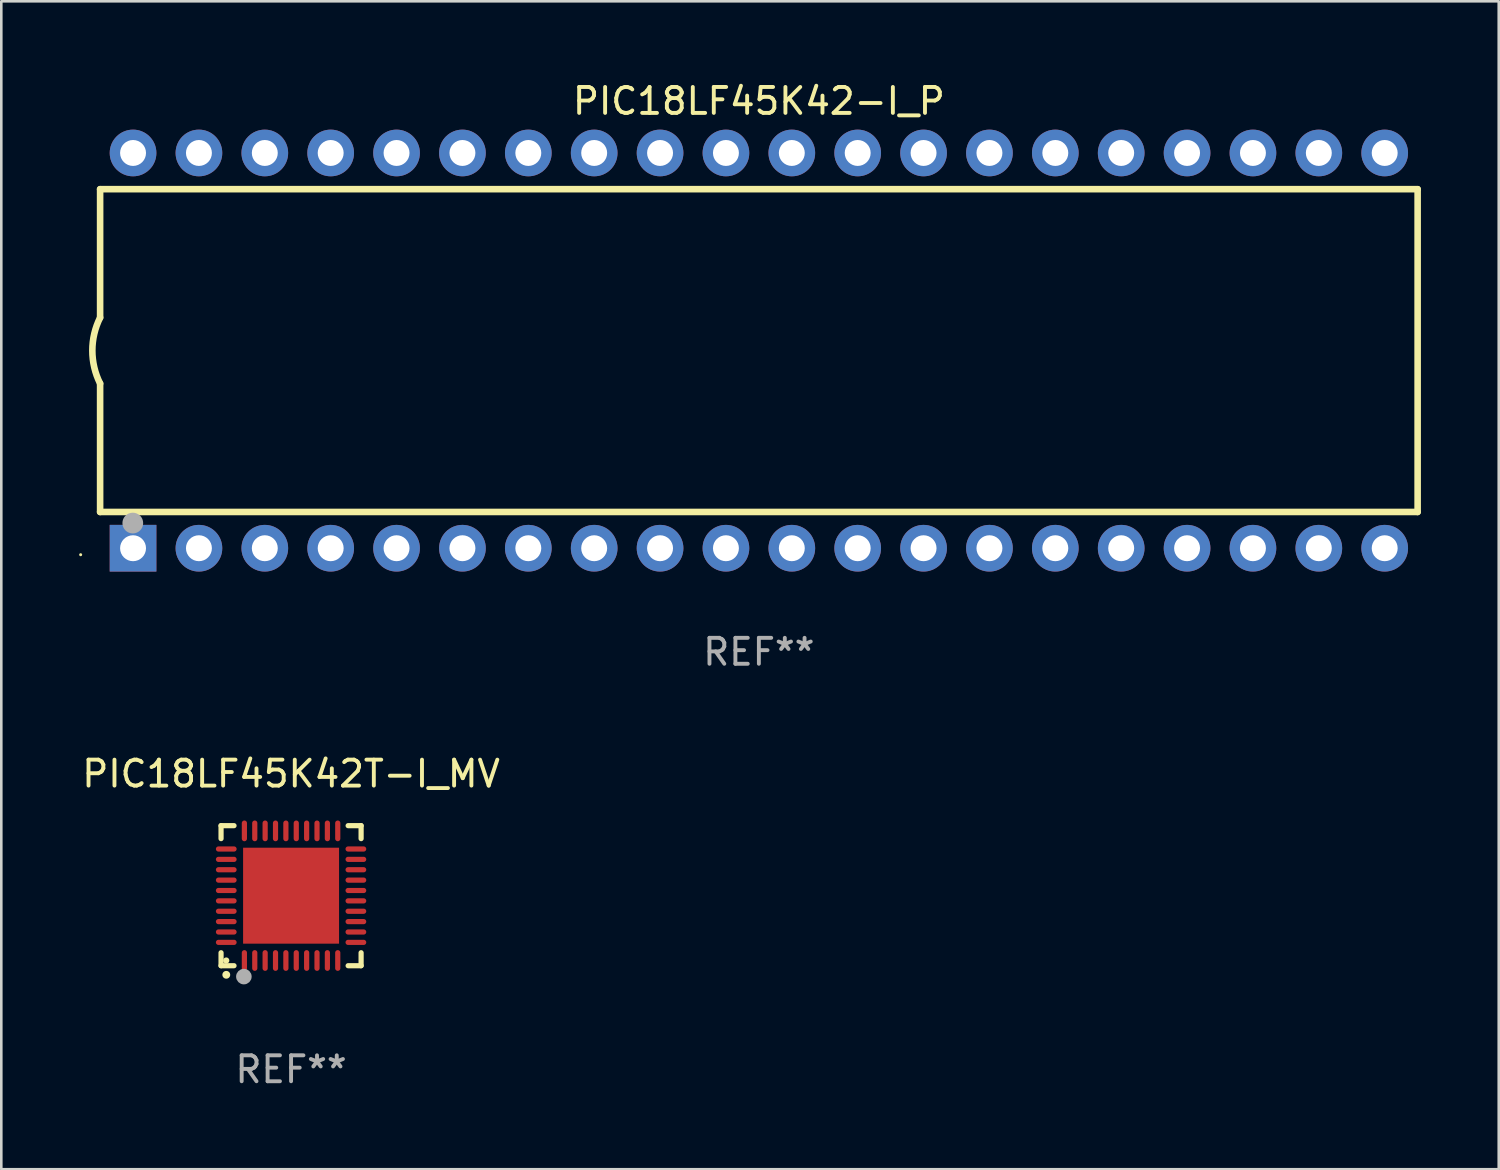
<source format=kicad_pcb>
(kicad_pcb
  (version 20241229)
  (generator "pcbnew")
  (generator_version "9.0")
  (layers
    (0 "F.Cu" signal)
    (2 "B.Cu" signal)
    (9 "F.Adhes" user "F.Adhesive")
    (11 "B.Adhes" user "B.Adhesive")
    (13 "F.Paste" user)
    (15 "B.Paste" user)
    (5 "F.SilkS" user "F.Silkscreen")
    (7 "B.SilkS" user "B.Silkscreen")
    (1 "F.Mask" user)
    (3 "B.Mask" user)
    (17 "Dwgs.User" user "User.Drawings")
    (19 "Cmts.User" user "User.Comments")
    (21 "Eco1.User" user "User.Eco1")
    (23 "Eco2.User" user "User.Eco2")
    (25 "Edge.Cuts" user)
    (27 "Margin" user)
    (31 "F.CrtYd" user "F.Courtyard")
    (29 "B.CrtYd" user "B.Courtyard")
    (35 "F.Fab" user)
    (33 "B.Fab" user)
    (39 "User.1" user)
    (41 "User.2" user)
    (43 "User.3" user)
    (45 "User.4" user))
  (footprint "PIC18LF45K42-I_P"
    (layer "F.Cu")
    (at 26.21 10.468)
    (property "Reference" "PIC18LF45K42-I_P" (at 0 -9.62 0) (layer "F.SilkS") (effects (font (size 1 1) (thickness 0.15))))
    (attr through_hole)
    (fp_line (start -25.4 -6.224) (end -25.4 -1.271) (stroke (width 0.254) (type solid)) (layer "F.SilkS"))
    (fp_line (start -25.4 -6.224) (end 25.4 -6.224) (stroke (width 0.254) (type solid)) (layer "F.SilkS"))
    (fp_line (start -25.4 1.269) (end -25.4 6.222) (stroke (width 0.254) (type solid)) (layer "F.SilkS"))
    (fp_line (start -25.4 6.222) (end 25.4 6.222) (stroke (width 0.254) (type solid)) (layer "F.SilkS"))
    (fp_line (start 25.4 6.222) (end 25.4 -6.224) (stroke (width 0.254) (type solid)) (layer "F.SilkS"))
    (fp_arc (start -25.4 1.269241) (mid -25.699807 -0.000762) (end -25.4 -1.270765) (stroke (width 0.254001) (type solid)) (layer "F.SilkS"))
    (fp_circle (center -26.15 7.87) (end -26.12 7.87) (stroke (width 0.06) (type solid)) (fill no) (layer "F.SilkS"))
    (fp_circle (center -24.14 6.65) (end -23.94 6.65) (stroke (width 0.4) (type solid)) (fill no) (layer "F.Fab"))
    (fp_text user "REF**" (at 0 11.62 0) (layer "F.Fab") (effects (font (size 1 1) (thickness 0.15))))
    (pad "1" thru_hole rect (at -24.13 7.62 90) (size 1.8 1.8) (drill 1) (layers "*.Cu" "*.Mask"))
    (pad "2" thru_hole circle (at -21.59 7.62) (size 1.8 1.8) (drill 1) (layers "*.Cu" "*.Mask"))
    (pad "3" thru_hole circle (at -19.05 7.62) (size 1.8 1.8) (drill 1) (layers "*.Cu" "*.Mask"))
    (pad "4" thru_hole circle (at -16.51 7.62) (size 1.8 1.8) (drill 1) (layers "*.Cu" "*.Mask"))
    (pad "5" thru_hole circle (at -13.97 7.62) (size 1.8 1.8) (drill 1) (layers "*.Cu" "*.Mask"))
    (pad "6" thru_hole circle (at -11.43 7.62) (size 1.8 1.8) (drill 1) (layers "*.Cu" "*.Mask"))
    (pad "7" thru_hole circle (at -8.89 7.62) (size 1.8 1.8) (drill 1) (layers "*.Cu" "*.Mask"))
    (pad "8" thru_hole circle (at -6.35 7.62) (size 1.8 1.8) (drill 1) (layers "*.Cu" "*.Mask"))
    (pad "9" thru_hole circle (at -3.81 7.62) (size 1.8 1.8) (drill 1) (layers "*.Cu" "*.Mask"))
    (pad "10" thru_hole circle (at -1.27 7.62) (size 1.8 1.8) (drill 1) (layers "*.Cu" "*.Mask"))
    (pad "11" thru_hole circle (at 1.27 7.62) (size 1.8 1.8) (drill 1) (layers "*.Cu" "*.Mask"))
    (pad "12" thru_hole circle (at 3.81 7.62) (size 1.8 1.8) (drill 1) (layers "*.Cu" "*.Mask"))
    (pad "13" thru_hole circle (at 6.35 7.62) (size 1.8 1.8) (drill 1) (layers "*.Cu" "*.Mask"))
    (pad "14" thru_hole circle (at 8.89 7.62) (size 1.8 1.8) (drill 1) (layers "*.Cu" "*.Mask"))
    (pad "15" thru_hole circle (at 11.43 7.62) (size 1.8 1.8) (drill 1) (layers "*.Cu" "*.Mask"))
    (pad "16" thru_hole circle (at 13.97 7.62) (size 1.8 1.8) (drill 1) (layers "*.Cu" "*.Mask"))
    (pad "17" thru_hole circle (at 16.51 7.62) (size 1.8 1.8) (drill 1) (layers "*.Cu" "*.Mask"))
    (pad "18" thru_hole circle (at 19.05 7.62) (size 1.8 1.8) (drill 1) (layers "*.Cu" "*.Mask"))
    (pad "19" thru_hole circle (at 21.59 7.62) (size 1.8 1.8) (drill 1) (layers "*.Cu" "*.Mask"))
    (pad "20" thru_hole circle (at 24.13 7.62) (size 1.8 1.8) (drill 1) (layers "*.Cu" "*.Mask"))
    (pad "21" thru_hole circle (at 24.13 -7.62) (size 1.8 1.8) (drill 1) (layers "*.Cu" "*.Mask"))
    (pad "22" thru_hole circle (at 21.59 -7.62) (size 1.8 1.8) (drill 1) (layers "*.Cu" "*.Mask"))
    (pad "23" thru_hole circle (at 19.05 -7.62) (size 1.8 1.8) (drill 1) (layers "*.Cu" "*.Mask"))
    (pad "24" thru_hole circle (at 16.51 -7.62) (size 1.8 1.8) (drill 1) (layers "*.Cu" "*.Mask"))
    (pad "25" thru_hole circle (at 13.97 -7.62) (size 1.8 1.8) (drill 1) (layers "*.Cu" "*.Mask"))
    (pad "26" thru_hole circle (at 11.43 -7.62) (size 1.8 1.8) (drill 1) (layers "*.Cu" "*.Mask"))
    (pad "27" thru_hole circle (at 8.89 -7.62) (size 1.8 1.8) (drill 1) (layers "*.Cu" "*.Mask"))
    (pad "28" thru_hole circle (at 6.35 -7.62) (size 1.8 1.8) (drill 1) (layers "*.Cu" "*.Mask"))
    (pad "29" thru_hole circle (at 3.81 -7.62) (size 1.8 1.8) (drill 1) (layers "*.Cu" "*.Mask"))
    (pad "30" thru_hole circle (at 1.27 -7.62) (size 1.8 1.8) (drill 1) (layers "*.Cu" "*.Mask"))
    (pad "31" thru_hole circle (at -1.27 -7.62) (size 1.8 1.8) (drill 1) (layers "*.Cu" "*.Mask"))
    (pad "32" thru_hole circle (at -3.81 -7.62) (size 1.8 1.8) (drill 1) (layers "*.Cu" "*.Mask"))
    (pad "33" thru_hole circle (at -6.35 -7.62) (size 1.8 1.8) (drill 1) (layers "*.Cu" "*.Mask"))
    (pad "34" thru_hole circle (at -8.89 -7.62) (size 1.8 1.8) (drill 1) (layers "*.Cu" "*.Mask"))
    (pad "35" thru_hole circle (at -11.43 -7.62) (size 1.8 1.8) (drill 1) (layers "*.Cu" "*.Mask"))
    (pad "36" thru_hole circle (at -13.97 -7.62) (size 1.8 1.8) (drill 1) (layers "*.Cu" "*.Mask"))
    (pad "37" thru_hole circle (at -16.51 -7.62) (size 1.8 1.8) (drill 1) (layers "*.Cu" "*.Mask"))
    (pad "38" thru_hole circle (at -19.05 -7.62) (size 1.8 1.8) (drill 1) (layers "*.Cu" "*.Mask"))
    (pad "39" thru_hole circle (at -21.59 -7.62) (size 1.8 1.8) (drill 1) (layers "*.Cu" "*.Mask"))
    (pad "40" thru_hole circle (at -24.13 -7.62) (size 1.8 1.8) (drill 1) (layers "*.Cu" "*.Mask")))
  (footprint "PIC18LF45K42T-I_MV"
    (layer "F.Cu")
    (at 8.173 31.485)
    (property "Reference" "PIC18LF45K42T-I_MV" (at 0 -4.7 0) (layer "F.SilkS") (effects (font (size 1 1) (thickness 0.15))))
    (attr through_hole)
    (fp_line (start -2.7 -2.7) (end -2.7 -2.2) (stroke (width 0.2) (type solid)) (layer "F.SilkS"))
    (fp_line (start -2.7 2.7) (end -2.7 2.2) (stroke (width 0.2) (type solid)) (layer "F.SilkS"))
    (fp_line (start -2.2 -2.7) (end -2.7 -2.7) (stroke (width 0.2) (type solid)) (layer "F.SilkS"))
    (fp_line (start -2.2 2.7) (end -2.7 2.7) (stroke (width 0.2) (type solid)) (layer "F.SilkS"))
    (fp_line (start 2.7 -2.7) (end 2.2 -2.7) (stroke (width 0.2) (type solid)) (layer "F.SilkS"))
    (fp_line (start 2.7 -2.2) (end 2.7 -2.7) (stroke (width 0.2) (type solid)) (layer "F.SilkS"))
    (fp_line (start 2.7 2.2) (end 2.7 2.7) (stroke (width 0.2) (type solid)) (layer "F.SilkS"))
    (fp_line (start 2.7 2.7) (end 2.2 2.7) (stroke (width 0.2) (type solid)) (layer "F.SilkS"))
    (fp_arc (start -2.499365 3.050546) (mid -2.498095 3.050541) (end -2.496825 3.050546) (stroke (width 0.3) (type solid)) (layer "F.SilkS"))
    (fp_circle (center -2.5 2.5) (end -2.44 2.5) (stroke (width 0.12) (type solid)) (fill no) (layer "F.SilkS"))
    (fp_circle (center -1.82 3.12) (end -1.67 3.12) (stroke (width 0.3) (type solid)) (fill no) (layer "F.Fab"))
    (fp_text user "REF**" (at 0 6.7 0) (layer "F.Fab") (effects (font (size 1 1) (thickness 0.15))))
    (pad "1" smd oval (at -1.8 2.499) (size 0.2 0.8) (layers "F.Cu" "F.Mask" "F.Paste"))
    (pad "2" smd oval (at -1.4 2.499) (size 0.2 0.8) (layers "F.Cu" "F.Mask" "F.Paste"))
    (pad "3" smd oval (at -1 2.499) (size 0.2 0.8) (layers "F.Cu" "F.Mask" "F.Paste"))
    (pad "4" smd oval (at -0.6 2.499) (size 0.2 0.8) (layers "F.Cu" "F.Mask" "F.Paste"))
    (pad "5" smd oval (at -0.2 2.499) (size 0.2 0.8) (layers "F.Cu" "F.Mask" "F.Paste"))
    (pad "6" smd oval (at 0.2 2.499) (size 0.2 0.8) (layers "F.Cu" "F.Mask" "F.Paste"))
    (pad "7" smd oval (at 0.6 2.499) (size 0.2 0.8) (layers "F.Cu" "F.Mask" "F.Paste"))
    (pad "8" smd oval (at 1 2.499) (size 0.2 0.8) (layers "F.Cu" "F.Mask" "F.Paste"))
    (pad "9" smd oval (at 1.4 2.499) (size 0.2 0.8) (layers "F.Cu" "F.Mask" "F.Paste"))
    (pad "10" smd oval (at 1.8 2.499) (size 0.2 0.8) (layers "F.Cu" "F.Mask" "F.Paste"))
    (pad "11" smd oval (at 2.499 1.8) (size 0.8 0.2) (layers "F.Cu" "F.Mask" "F.Paste"))
    (pad "12" smd oval (at 2.499 1.4) (size 0.8 0.2) (layers "F.Cu" "F.Mask" "F.Paste"))
    (pad "13" smd oval (at 2.499 1) (size 0.8 0.2) (layers "F.Cu" "F.Mask" "F.Paste"))
    (pad "14" smd oval (at 2.499 0.6) (size 0.8 0.2) (layers "F.Cu" "F.Mask" "F.Paste"))
    (pad "15" smd oval (at 2.499 0.2) (size 0.8 0.2) (layers "F.Cu" "F.Mask" "F.Paste"))
    (pad "16" smd oval (at 2.499 -0.2) (size 0.8 0.2) (layers "F.Cu" "F.Mask" "F.Paste"))
    (pad "17" smd oval (at 2.499 -0.6) (size 0.8 0.2) (layers "F.Cu" "F.Mask" "F.Paste"))
    (pad "18" smd oval (at 2.499 -1) (size 0.8 0.2) (layers "F.Cu" "F.Mask" "F.Paste"))
    (pad "19" smd oval (at 2.499 -1.4) (size 0.8 0.2) (layers "F.Cu" "F.Mask" "F.Paste"))
    (pad "20" smd oval (at 2.499 -1.8) (size 0.8 0.2) (layers "F.Cu" "F.Mask" "F.Paste"))
    (pad "21" smd oval (at 1.8 -2.499) (size 0.2 0.8) (layers "F.Cu" "F.Mask" "F.Paste"))
    (pad "22" smd oval (at 1.4 -2.499) (size 0.2 0.8) (layers "F.Cu" "F.Mask" "F.Paste"))
    (pad "23" smd oval (at 1 -2.499) (size 0.2 0.8) (layers "F.Cu" "F.Mask" "F.Paste"))
    (pad "24" smd oval (at 0.6 -2.499) (size 0.2 0.8) (layers "F.Cu" "F.Mask" "F.Paste"))
    (pad "25" smd oval (at 0.2 -2.499) (size 0.2 0.8) (layers "F.Cu" "F.Mask" "F.Paste"))
    (pad "26" smd oval (at -0.2 -2.499) (size 0.2 0.8) (layers "F.Cu" "F.Mask" "F.Paste"))
    (pad "27" smd oval (at -0.6 -2.499) (size 0.2 0.8) (layers "F.Cu" "F.Mask" "F.Paste"))
    (pad "28" smd oval (at -1 -2.499) (size 0.2 0.8) (layers "F.Cu" "F.Mask" "F.Paste"))
    (pad "29" smd oval (at -1.4 -2.499) (size 0.2 0.8) (layers "F.Cu" "F.Mask" "F.Paste"))
    (pad "30" smd oval (at -1.8 -2.499) (size 0.2 0.8) (layers "F.Cu" "F.Mask" "F.Paste"))
    (pad "31" smd oval (at -2.499 -1.8) (size 0.8 0.2) (layers "F.Cu" "F.Mask" "F.Paste"))
    (pad "32" smd oval (at -2.499 -1.4) (size 0.8 0.2) (layers "F.Cu" "F.Mask" "F.Paste"))
    (pad "33" smd oval (at -2.499 -1) (size 0.8 0.2) (layers "F.Cu" "F.Mask" "F.Paste"))
    (pad "34" smd oval (at -2.499 -0.6) (size 0.8 0.2) (layers "F.Cu" "F.Mask" "F.Paste"))
    (pad "35" smd oval (at -2.499 -0.2) (size 0.8 0.2) (layers "F.Cu" "F.Mask" "F.Paste"))
    (pad "36" smd oval (at -2.499 0.2) (size 0.8 0.2) (layers "F.Cu" "F.Mask" "F.Paste"))
    (pad "37" smd oval (at -2.499 0.6) (size 0.8 0.2) (layers "F.Cu" "F.Mask" "F.Paste"))
    (pad "38" smd oval (at -2.499 1) (size 0.8 0.2) (layers "F.Cu" "F.Mask" "F.Paste"))
    (pad "39" smd oval (at -2.499 1.4) (size 0.8 0.2) (layers "F.Cu" "F.Mask" "F.Paste"))
    (pad "40" smd oval (at -2.499 1.8) (size 0.8 0.2) (layers "F.Cu" "F.Mask" "F.Paste"))
    (pad "41" smd rect (at 0 0) (size 3.7 3.7) (layers "F.Cu" "F.Mask" "F.Paste")))
  (gr_rect
    (start -3 -3)
    (end 54.737 42.033)
    (stroke (width 0.1) (type default))
    (fill no)
    (layer "Edge.Cuts")))
</source>
